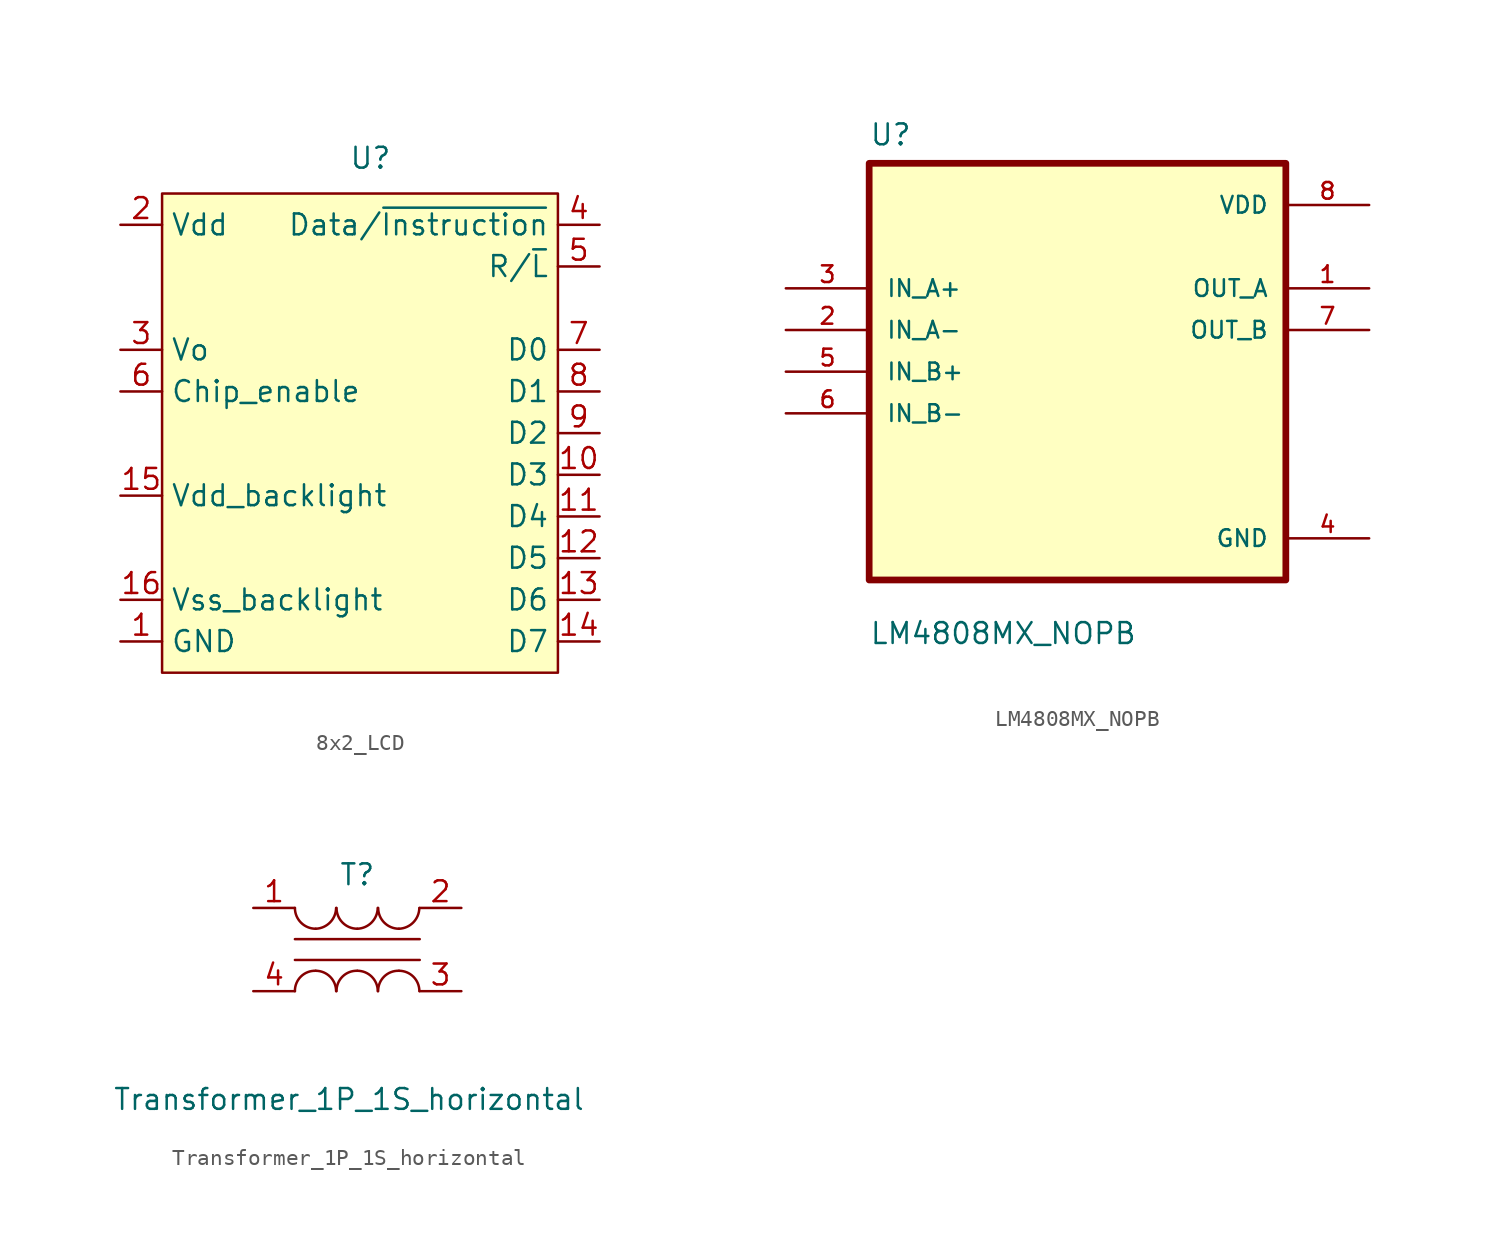
<source format=kicad_sym>
(kicad_symbol_lib
  (version 20231120)
  (generator "kicad_symbol_editor")
  (generator_version "8.0")
  (symbol "8x2_LCD"
    (property "Reference" "U"
      (at 0 16.764 0)
      (effects (font (size 1.27 1.27))))
    (property "Value" ""
      (at 0 18.796 0)
      (effects (font (size 1.27 1.27))))
    (symbol "8x2_LCD_1_1"
      (rectangle (start -12.7 14.605) (end 11.43 -14.605) (stroke (width 0) (type default)) (fill (type background)))
      (pin power_in line (at -15.24 -12.7 0) (length 2.54) (name "GND" (effects (font (size 1.27 1.27)))) (number "1" (effects (font (size 1.27 1.27)))))
      (pin bidirectional line (at 13.97 -2.54 180) (length 2.54) (name "D3" (effects (font (size 1.27 1.27)))) (number "10" (effects (font (size 1.27 1.27)))))
      (pin bidirectional line (at 13.97 -5.08 180) (length 2.54) (name "D4" (effects (font (size 1.27 1.27)))) (number "11" (effects (font (size 1.27 1.27)))))
      (pin bidirectional line (at 13.97 -7.62 180) (length 2.54) (name "D5" (effects (font (size 1.27 1.27)))) (number "12" (effects (font (size 1.27 1.27)))))
      (pin bidirectional line (at 13.97 -10.16 180) (length 2.54) (name "D6" (effects (font (size 1.27 1.27)))) (number "13" (effects (font (size 1.27 1.27)))))
      (pin bidirectional line (at 13.97 -12.7 180) (length 2.54) (name "D7" (effects (font (size 1.27 1.27)))) (number "14" (effects (font (size 1.27 1.27)))))
      (pin power_in line (at -15.24 -3.81 0) (length 2.54) (name "Vdd_backlight" (effects (font (size 1.27 1.27)))) (number "15" (effects (font (size 1.27 1.27)))))
      (pin power_in line (at -15.24 -10.16 0) (length 2.54) (name "Vss_backlight" (effects (font (size 1.27 1.27)))) (number "16" (effects (font (size 1.27 1.27)))))
      (pin passive line (at -15.24 -12.7 0) (length 2.54) hide (name "" (effects (font (size 1.27 1.27)))) (number "17" (effects (font (size 1.27 1.27)))))
      (pin passive line (at -15.24 -12.7 0) (length 2.54) hide (name "" (effects (font (size 1.27 1.27)))) (number "18" (effects (font (size 1.27 1.27)))))
      (pin passive line (at -15.24 -12.7 0) (length 2.54) hide (name "" (effects (font (size 1.27 1.27)))) (number "19" (effects (font (size 1.27 1.27)))))
      (pin power_in line (at -15.24 12.7 0) (length 2.54) (name "Vdd" (effects (font (size 1.27 1.27)))) (number "2" (effects (font (size 1.27 1.27)))))
      (pin passive line (at -15.24 -12.7 0) (length 2.54) hide (name "" (effects (font (size 1.27 1.27)))) (number "20" (effects (font (size 1.27 1.27)))))
      (pin power_in line (at -15.24 5.08 0) (length 2.54) (name "Vo" (effects (font (size 1.27 1.27)))) (number "3" (effects (font (size 1.27 1.27)))))
      (pin input line (at 13.97 12.7 180) (length 2.54) (name "Data/~{Instruction}" (effects (font (size 1.27 1.27)))) (number "4" (effects (font (size 1.27 1.27)))))
      (pin input line (at 13.97 10.16 180) (length 2.54) (name "R/~{L}" (effects (font (size 1.27 1.27)))) (number "5" (effects (font (size 1.27 1.27)))))
      (pin input line (at -15.24 2.54 0) (length 2.54) (name "Chip_enable" (effects (font (size 1.27 1.27)))) (number "6" (effects (font (size 1.27 1.27)))))
      (pin bidirectional line (at 13.97 5.08 180) (length 2.54) (name "D0" (effects (font (size 1.27 1.27)))) (number "7" (effects (font (size 1.27 1.27)))))
      (pin bidirectional line (at 13.97 2.54 180) (length 2.54) (name "D1" (effects (font (size 1.27 1.27)))) (number "8" (effects (font (size 1.27 1.27)))))
      (pin bidirectional line (at 13.97 0 180) (length 2.54) (name "D2" (effects (font (size 1.27 1.27)))) (number "9" (effects (font (size 1.27 1.27)))))))
  (symbol "LM4808MX_NOPB"
    (pin_names
      (offset 1.016))
    (property "Reference" "U"
      (at -12.7 13.7 0)
      (effects (font (size 1.27 1.27)) (justify left bottom)))
    (property "Value" "LM4808MX_NOPB"
      (at -12.7 -16.7 0)
      (effects (font (size 1.27 1.27)) (justify left bottom)))
    (symbol "LM4808MX_NOPB_0_0"
      (rectangle (start -12.7 -12.7) (end 12.7 12.7) (stroke (width 0.41) (type default)) (fill (type background)))
      (pin output line (at 17.78 5.08 180) (length 5.08) (name "OUT_A" (effects (font (size 1.016 1.016)))) (number "1" (effects (font (size 1.016 1.016)))))
      (pin input line (at -17.78 2.54 0) (length 5.08) (name "IN_A-" (effects (font (size 1.016 1.016)))) (number "2" (effects (font (size 1.016 1.016)))))
      (pin input line (at -17.78 5.08 0) (length 5.08) (name "IN_A+" (effects (font (size 1.016 1.016)))) (number "3" (effects (font (size 1.016 1.016)))))
      (pin power_in line (at 17.78 -10.16 180) (length 5.08) (name "GND" (effects (font (size 1.016 1.016)))) (number "4" (effects (font (size 1.016 1.016)))))
      (pin input line (at -17.78 0 0) (length 5.08) (name "IN_B+" (effects (font (size 1.016 1.016)))) (number "5" (effects (font (size 1.016 1.016)))))
      (pin input line (at -17.78 -2.54 0) (length 5.08) (name "IN_B-" (effects (font (size 1.016 1.016)))) (number "6" (effects (font (size 1.016 1.016)))))
      (pin output line (at 17.78 2.54 180) (length 5.08) (name "OUT_B" (effects (font (size 1.016 1.016)))) (number "7" (effects (font (size 1.016 1.016)))))
      (pin power_in line (at 17.78 10.16 180) (length 5.08) (name "VDD" (effects (font (size 1.016 1.016)))) (number "8" (effects (font (size 1.016 1.016)))))))
  (symbol "Transformer_1P_1S_horizontal"
    (pin_names
      (offset 1.016) hide)
    (property "Reference" "T"
      (at 0 4.572 0)
      (effects (font (size 1.27 1.27))))
    (property "Value" "Transformer_1P_1S_horizontal"
      (at -0.508 -9.144 0)
      (effects (font (size 1.27 1.27))))
    (symbol "Transformer_1P_1S_horizontal_0_1"
      (arc (start -3.81 2.54) (mid -3.438 1.642) (end -2.54 1.27) (stroke (width 0) (type default)) (fill (type none)))
      (arc (start -2.54 -1.2954) (mid -3.4417 -1.6457) (end -3.81 -2.54) (stroke (width 0) (type default)) (fill (type none)))
      (arc (start -2.54 1.27) (mid -1.6636 1.656) (end -1.2954 2.54) (stroke (width 0) (type default)) (fill (type none)))
      (arc (start -1.2954 -2.54) (mid -1.6599 -1.6599) (end -2.54 -1.2954) (stroke (width 0) (type default)) (fill (type none)))
      (arc (start -1.27 2.54) (mid -0.898 1.642) (end 0 1.27) (stroke (width 0) (type default)) (fill (type none)))
      (arc (start 0 -1.2954) (mid -0.9017 -1.6457) (end -1.27 -2.54) (stroke (width 0) (type default)) (fill (type none)))
      (polyline (pts (xy -3.81 0.635) (xy 3.81 0.635)) (stroke (width 0) (type default)) (fill (type none)))
      (polyline (pts (xy 3.81 -0.635) (xy -3.81 -0.635)) (stroke (width 0) (type default)) (fill (type none)))
      (arc (start 0 1.27) (mid 0.8764 1.656) (end 1.2446 2.54) (stroke (width 0) (type default)) (fill (type none)))
      (arc (start 1.2446 -2.54) (mid 0.8801 -1.6599) (end 0 -1.2954) (stroke (width 0) (type default)) (fill (type none)))
      (arc (start 1.27 2.54) (mid 1.642 1.642) (end 2.54 1.27) (stroke (width 0) (type default)) (fill (type none)))
      (arc (start 2.54 -1.2954) (mid 1.6383 -1.6457) (end 1.27 -2.54) (stroke (width 0) (type default)) (fill (type none)))
      (arc (start 2.54 1.27) (mid 3.4164 1.656) (end 3.7846 2.54) (stroke (width 0) (type default)) (fill (type none)))
      (arc (start 3.7846 -2.54) (mid 3.4201 -1.6599) (end 2.54 -1.2954) (stroke (width 0) (type default)) (fill (type none))))
    (symbol "Transformer_1P_1S_horizontal_1_1"
      (pin passive line (at -6.35 2.54 0) (length 2.54) (name "AA" (effects (font (size 1.27 1.27)))) (number "1" (effects (font (size 1.27 1.27)))))
      (pin passive line (at 6.35 2.54 180) (length 2.54) (name "AB" (effects (font (size 1.27 1.27)))) (number "2" (effects (font (size 1.27 1.27)))))
      (pin passive line (at 6.35 -2.54 180) (length 2.54) (name "SA" (effects (font (size 1.27 1.27)))) (number "3" (effects (font (size 1.27 1.27)))))
      (pin passive line (at -6.35 -2.54 0) (length 2.54) (name "SB" (effects (font (size 1.27 1.27)))) (number "4" (effects (font (size 1.27 1.27))))))))
</source>
